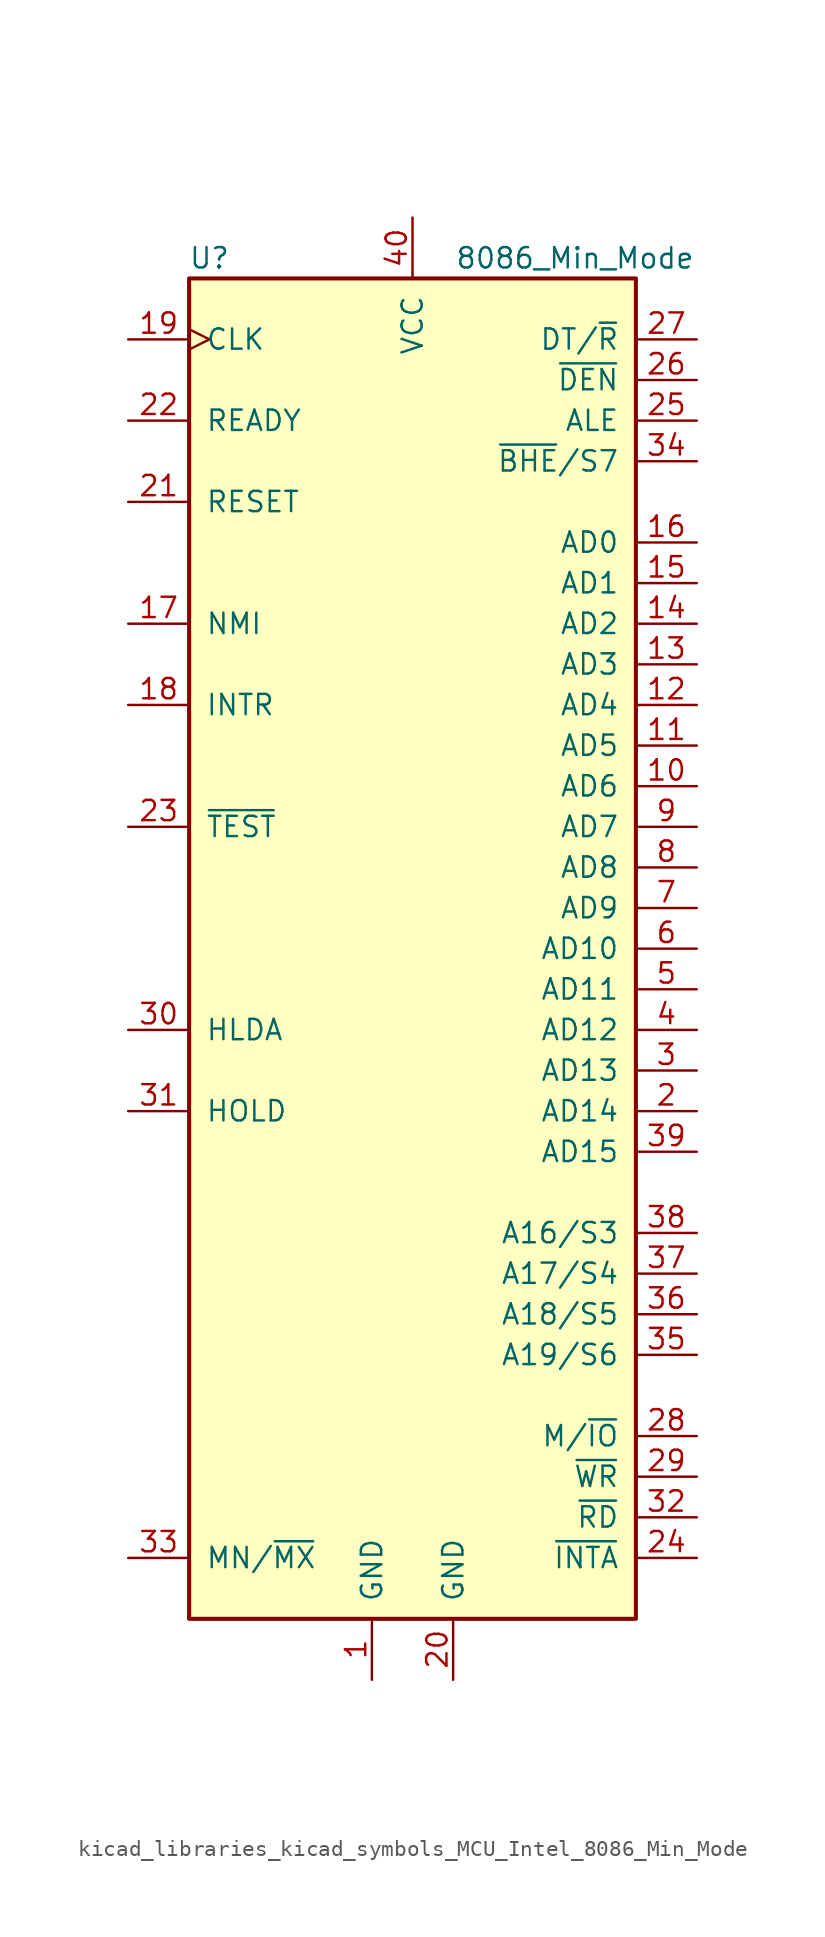
<source format=kicad_sym>
(kicad_symbol_lib
  (version 20220914)
  (generator kicad_symbol_editor)
  (symbol "kicad_libraries_kicad_symbols_MCU_Intel_8086_Min_Mode"
    (pin_names
      (offset 1.016))
    (property "Reference" "U"
      (at -12.7 43.18 0)
      (effects (font (size 1.27 1.27))))
    (property "Value" "8086_Min_Mode"
      (at 10.16 43.18 0)
      (effects (font (size 1.27 1.27))))
    (symbol "kicad_libraries_kicad_symbols_MCU_Intel_8086_Min_Mode_0_1"
      (rectangle (start 13.97 -41.91) (end -13.97 41.91) (stroke (width 0.254) (type default)) (fill (type background))))
    (symbol "kicad_libraries_kicad_symbols_MCU_Intel_8086_Min_Mode_1_1"
      (pin power_in line (at -2.54 -45.72 90) (length 3.81) (name "GND" (effects (font (size 1.27 1.27)))) (number "1" (effects (font (size 1.27 1.27)))))
      (pin bidirectional line (at 17.78 10.16 180) (length 3.81) (name "AD6" (effects (font (size 1.27 1.27)))) (number "10" (effects (font (size 1.27 1.27)))))
      (pin bidirectional line (at 17.78 12.7 180) (length 3.81) (name "AD5" (effects (font (size 1.27 1.27)))) (number "11" (effects (font (size 1.27 1.27)))))
      (pin bidirectional line (at 17.78 15.24 180) (length 3.81) (name "AD4" (effects (font (size 1.27 1.27)))) (number "12" (effects (font (size 1.27 1.27)))))
      (pin bidirectional line (at 17.78 17.78 180) (length 3.81) (name "AD3" (effects (font (size 1.27 1.27)))) (number "13" (effects (font (size 1.27 1.27)))))
      (pin bidirectional line (at 17.78 20.32 180) (length 3.81) (name "AD2" (effects (font (size 1.27 1.27)))) (number "14" (effects (font (size 1.27 1.27)))))
      (pin bidirectional line (at 17.78 22.86 180) (length 3.81) (name "AD1" (effects (font (size 1.27 1.27)))) (number "15" (effects (font (size 1.27 1.27)))))
      (pin bidirectional line (at 17.78 25.4 180) (length 3.81) (name "AD0" (effects (font (size 1.27 1.27)))) (number "16" (effects (font (size 1.27 1.27)))))
      (pin input line (at -17.78 20.32 0) (length 3.81) (name "NMI" (effects (font (size 1.27 1.27)))) (number "17" (effects (font (size 1.27 1.27)))))
      (pin input line (at -17.78 15.24 0) (length 3.81) (name "INTR" (effects (font (size 1.27 1.27)))) (number "18" (effects (font (size 1.27 1.27)))))
      (pin input clock (at -17.78 38.1 0) (length 3.81) (name "CLK" (effects (font (size 1.27 1.27)))) (number "19" (effects (font (size 1.27 1.27)))))
      (pin bidirectional line (at 17.78 -10.16 180) (length 3.81) (name "AD14" (effects (font (size 1.27 1.27)))) (number "2" (effects (font (size 1.27 1.27)))))
      (pin power_in line (at 2.54 -45.72 90) (length 3.81) (name "GND" (effects (font (size 1.27 1.27)))) (number "20" (effects (font (size 1.27 1.27)))))
      (pin input line (at -17.78 27.94 0) (length 3.81) (name "RESET" (effects (font (size 1.27 1.27)))) (number "21" (effects (font (size 1.27 1.27)))))
      (pin input line (at -17.78 33.02 0) (length 3.81) (name "READY" (effects (font (size 1.27 1.27)))) (number "22" (effects (font (size 1.27 1.27)))))
      (pin input line (at -17.78 7.62 0) (length 3.81) (name "~{TEST}" (effects (font (size 1.27 1.27)))) (number "23" (effects (font (size 1.27 1.27)))))
      (pin output line (at 17.78 -38.1 180) (length 3.81) (name "~{INTA}" (effects (font (size 1.27 1.27)))) (number "24" (effects (font (size 1.27 1.27)))))
      (pin output line (at 17.78 33.02 180) (length 3.81) (name "ALE" (effects (font (size 1.27 1.27)))) (number "25" (effects (font (size 1.27 1.27)))))
      (pin output line (at 17.78 35.56 180) (length 3.81) (name "~{DEN}" (effects (font (size 1.27 1.27)))) (number "26" (effects (font (size 1.27 1.27)))))
      (pin output line (at 17.78 38.1 180) (length 3.81) (name "DT/~{R}" (effects (font (size 1.27 1.27)))) (number "27" (effects (font (size 1.27 1.27)))))
      (pin output line (at 17.78 -30.48 180) (length 3.81) (name "M/~{IO}" (effects (font (size 1.27 1.27)))) (number "28" (effects (font (size 1.27 1.27)))))
      (pin output line (at 17.78 -33.02 180) (length 3.81) (name "~{WR}" (effects (font (size 1.27 1.27)))) (number "29" (effects (font (size 1.27 1.27)))))
      (pin bidirectional line (at 17.78 -7.62 180) (length 3.81) (name "AD13" (effects (font (size 1.27 1.27)))) (number "3" (effects (font (size 1.27 1.27)))))
      (pin output line (at -17.78 -5.08 0) (length 3.81) (name "HLDA" (effects (font (size 1.27 1.27)))) (number "30" (effects (font (size 1.27 1.27)))))
      (pin input line (at -17.78 -10.16 0) (length 3.81) (name "HOLD" (effects (font (size 1.27 1.27)))) (number "31" (effects (font (size 1.27 1.27)))))
      (pin output line (at 17.78 -35.56 180) (length 3.81) (name "~{RD}" (effects (font (size 1.27 1.27)))) (number "32" (effects (font (size 1.27 1.27)))))
      (pin input line (at -17.78 -38.1 0) (length 3.81) (name "MN/~{MX}" (effects (font (size 1.27 1.27)))) (number "33" (effects (font (size 1.27 1.27)))))
      (pin output line (at 17.78 30.48 180) (length 3.81) (name "~{BHE}/S7" (effects (font (size 1.27 1.27)))) (number "34" (effects (font (size 1.27 1.27)))))
      (pin output line (at 17.78 -25.4 180) (length 3.81) (name "A19/S6" (effects (font (size 1.27 1.27)))) (number "35" (effects (font (size 1.27 1.27)))))
      (pin output line (at 17.78 -22.86 180) (length 3.81) (name "A18/S5" (effects (font (size 1.27 1.27)))) (number "36" (effects (font (size 1.27 1.27)))))
      (pin output line (at 17.78 -20.32 180) (length 3.81) (name "A17/S4" (effects (font (size 1.27 1.27)))) (number "37" (effects (font (size 1.27 1.27)))))
      (pin output line (at 17.78 -17.78 180) (length 3.81) (name "A16/S3" (effects (font (size 1.27 1.27)))) (number "38" (effects (font (size 1.27 1.27)))))
      (pin bidirectional line (at 17.78 -12.7 180) (length 3.81) (name "AD15" (effects (font (size 1.27 1.27)))) (number "39" (effects (font (size 1.27 1.27)))))
      (pin bidirectional line (at 17.78 -5.08 180) (length 3.81) (name "AD12" (effects (font (size 1.27 1.27)))) (number "4" (effects (font (size 1.27 1.27)))))
      (pin power_in line (at 0 45.72 270) (length 3.81) (name "VCC" (effects (font (size 1.27 1.27)))) (number "40" (effects (font (size 1.27 1.27)))))
      (pin bidirectional line (at 17.78 -2.54 180) (length 3.81) (name "AD11" (effects (font (size 1.27 1.27)))) (number "5" (effects (font (size 1.27 1.27)))))
      (pin bidirectional line (at 17.78 0 180) (length 3.81) (name "AD10" (effects (font (size 1.27 1.27)))) (number "6" (effects (font (size 1.27 1.27)))))
      (pin bidirectional line (at 17.78 2.54 180) (length 3.81) (name "AD9" (effects (font (size 1.27 1.27)))) (number "7" (effects (font (size 1.27 1.27)))))
      (pin bidirectional line (at 17.78 5.08 180) (length 3.81) (name "AD8" (effects (font (size 1.27 1.27)))) (number "8" (effects (font (size 1.27 1.27)))))
      (pin bidirectional line (at 17.78 7.62 180) (length 3.81) (name "AD7" (effects (font (size 1.27 1.27)))) (number "9" (effects (font (size 1.27 1.27))))))))
</source>
